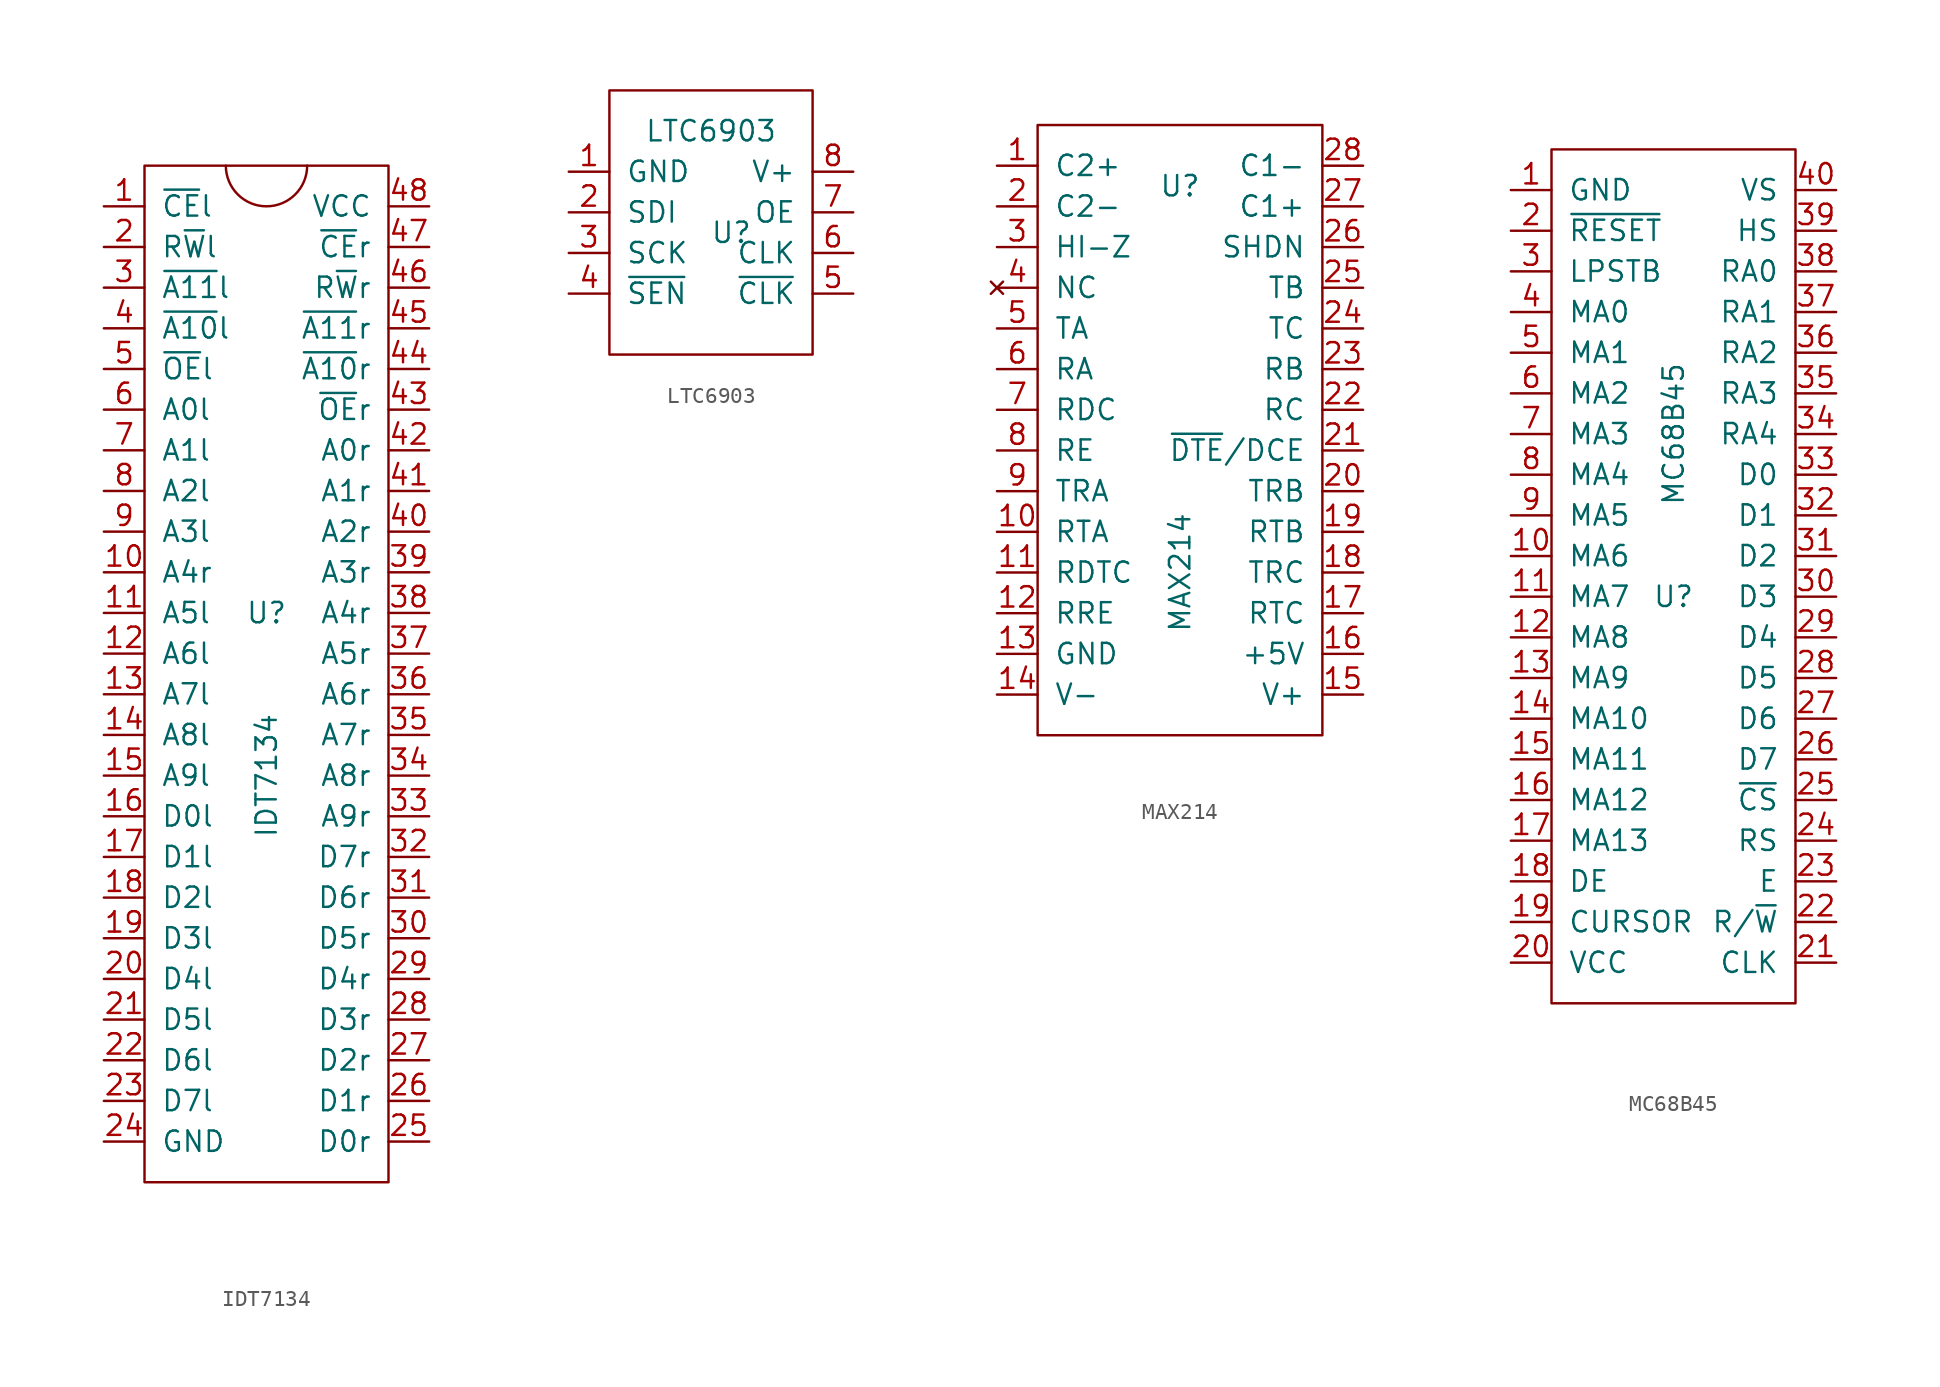
<source format=kicad_sym>
(kicad_symbol_lib
  (version 20211014)
  (generator kicad_symbol_editor)
  (symbol "IDT7134"
    (pin_names
      (offset 1.016))
    (property "Reference" "U"
      (at 0 2.54 0)
      (effects (font (size 1.27 1.27))))
    (property "Value" "IDT7134"
      (at 0 -7.62 90)
      (effects (font (size 1.27 1.27))))
    (symbol "IDT7134_0_1"
      (rectangle (start -7.62 30.48) (end 7.62 -33.02) (stroke (width 0) (type default) (color 0 0 0 0)) (fill (type none)))
      (arc (start -2.54 30.48) (mid 0 27.94) (end 2.54 30.48) (stroke (width 0) (type default) (color 0 0 0 0)) (fill (type none))))
    (symbol "IDT7134_1_1"
      (pin input line (at -10.16 27.94 0) (length 2.54) (name "~{CE}l" (effects (font (size 1.27 1.27)))) (number "1" (effects (font (size 1.27 1.27)))))
      (pin input line (at -10.16 5.08 0) (length 2.54) (name "A4r" (effects (font (size 1.27 1.27)))) (number "10" (effects (font (size 1.27 1.27)))))
      (pin input line (at -10.16 2.54 0) (length 2.54) (name "A5l" (effects (font (size 1.27 1.27)))) (number "11" (effects (font (size 1.27 1.27)))))
      (pin input line (at -10.16 0 0) (length 2.54) (name "A6l" (effects (font (size 1.27 1.27)))) (number "12" (effects (font (size 1.27 1.27)))))
      (pin input line (at -10.16 -2.54 0) (length 2.54) (name "A7l" (effects (font (size 1.27 1.27)))) (number "13" (effects (font (size 1.27 1.27)))))
      (pin input line (at -10.16 -5.08 0) (length 2.54) (name "A8l" (effects (font (size 1.27 1.27)))) (number "14" (effects (font (size 1.27 1.27)))))
      (pin input line (at -10.16 -7.62 0) (length 2.54) (name "A9l" (effects (font (size 1.27 1.27)))) (number "15" (effects (font (size 1.27 1.27)))))
      (pin bidirectional line (at -10.16 -10.16 0) (length 2.54) (name "D0l" (effects (font (size 1.27 1.27)))) (number "16" (effects (font (size 1.27 1.27)))))
      (pin bidirectional line (at -10.16 -12.7 0) (length 2.54) (name "D1l" (effects (font (size 1.27 1.27)))) (number "17" (effects (font (size 1.27 1.27)))))
      (pin bidirectional line (at -10.16 -15.24 0) (length 2.54) (name "D2l" (effects (font (size 1.27 1.27)))) (number "18" (effects (font (size 1.27 1.27)))))
      (pin bidirectional line (at -10.16 -17.78 0) (length 2.54) (name "D3l" (effects (font (size 1.27 1.27)))) (number "19" (effects (font (size 1.27 1.27)))))
      (pin input line (at -10.16 25.4 0) (length 2.54) (name "R~{W}l" (effects (font (size 1.27 1.27)))) (number "2" (effects (font (size 1.27 1.27)))))
      (pin bidirectional line (at -10.16 -20.32 0) (length 2.54) (name "D4l" (effects (font (size 1.27 1.27)))) (number "20" (effects (font (size 1.27 1.27)))))
      (pin bidirectional line (at -10.16 -22.86 0) (length 2.54) (name "D5l" (effects (font (size 1.27 1.27)))) (number "21" (effects (font (size 1.27 1.27)))))
      (pin bidirectional line (at -10.16 -25.4 0) (length 2.54) (name "D6l" (effects (font (size 1.27 1.27)))) (number "22" (effects (font (size 1.27 1.27)))))
      (pin bidirectional line (at -10.16 -27.94 0) (length 2.54) (name "D7l" (effects (font (size 1.27 1.27)))) (number "23" (effects (font (size 1.27 1.27)))))
      (pin power_in line (at -10.16 -30.48 0) (length 2.54) (name "GND" (effects (font (size 1.27 1.27)))) (number "24" (effects (font (size 1.27 1.27)))))
      (pin bidirectional line (at 10.16 -30.48 180) (length 2.54) (name "D0r" (effects (font (size 1.27 1.27)))) (number "25" (effects (font (size 1.27 1.27)))))
      (pin bidirectional line (at 10.16 -27.94 180) (length 2.54) (name "D1r" (effects (font (size 1.27 1.27)))) (number "26" (effects (font (size 1.27 1.27)))))
      (pin bidirectional line (at 10.16 -25.4 180) (length 2.54) (name "D2r" (effects (font (size 1.27 1.27)))) (number "27" (effects (font (size 1.27 1.27)))))
      (pin bidirectional line (at 10.16 -22.86 180) (length 2.54) (name "D3r" (effects (font (size 1.27 1.27)))) (number "28" (effects (font (size 1.27 1.27)))))
      (pin bidirectional line (at 10.16 -20.32 180) (length 2.54) (name "D4r" (effects (font (size 1.27 1.27)))) (number "29" (effects (font (size 1.27 1.27)))))
      (pin input line (at -10.16 22.86 0) (length 2.54) (name "~{A11}l" (effects (font (size 1.27 1.27)))) (number "3" (effects (font (size 1.27 1.27)))))
      (pin bidirectional line (at 10.16 -17.78 180) (length 2.54) (name "D5r" (effects (font (size 1.27 1.27)))) (number "30" (effects (font (size 1.27 1.27)))))
      (pin bidirectional line (at 10.16 -15.24 180) (length 2.54) (name "D6r" (effects (font (size 1.27 1.27)))) (number "31" (effects (font (size 1.27 1.27)))))
      (pin bidirectional line (at 10.16 -12.7 180) (length 2.54) (name "D7r" (effects (font (size 1.27 1.27)))) (number "32" (effects (font (size 1.27 1.27)))))
      (pin input line (at 10.16 -10.16 180) (length 2.54) (name "A9r" (effects (font (size 1.27 1.27)))) (number "33" (effects (font (size 1.27 1.27)))))
      (pin input line (at 10.16 -7.62 180) (length 2.54) (name "A8r" (effects (font (size 1.27 1.27)))) (number "34" (effects (font (size 1.27 1.27)))))
      (pin input line (at 10.16 -5.08 180) (length 2.54) (name "A7r" (effects (font (size 1.27 1.27)))) (number "35" (effects (font (size 1.27 1.27)))))
      (pin input line (at 10.16 -2.54 180) (length 2.54) (name "A6r" (effects (font (size 1.27 1.27)))) (number "36" (effects (font (size 1.27 1.27)))))
      (pin input line (at 10.16 0 180) (length 2.54) (name "A5r" (effects (font (size 1.27 1.27)))) (number "37" (effects (font (size 1.27 1.27)))))
      (pin input line (at 10.16 2.54 180) (length 2.54) (name "A4r" (effects (font (size 1.27 1.27)))) (number "38" (effects (font (size 1.27 1.27)))))
      (pin input line (at 10.16 5.08 180) (length 2.54) (name "A3r" (effects (font (size 1.27 1.27)))) (number "39" (effects (font (size 1.27 1.27)))))
      (pin input line (at -10.16 20.32 0) (length 2.54) (name "~{A10}l" (effects (font (size 1.27 1.27)))) (number "4" (effects (font (size 1.27 1.27)))))
      (pin input line (at 10.16 7.62 180) (length 2.54) (name "A2r" (effects (font (size 1.27 1.27)))) (number "40" (effects (font (size 1.27 1.27)))))
      (pin input line (at 10.16 10.16 180) (length 2.54) (name "A1r" (effects (font (size 1.27 1.27)))) (number "41" (effects (font (size 1.27 1.27)))))
      (pin input line (at 10.16 12.7 180) (length 2.54) (name "A0r" (effects (font (size 1.27 1.27)))) (number "42" (effects (font (size 1.27 1.27)))))
      (pin input line (at 10.16 15.24 180) (length 2.54) (name "~{OE}r" (effects (font (size 1.27 1.27)))) (number "43" (effects (font (size 1.27 1.27)))))
      (pin input line (at 10.16 17.78 180) (length 2.54) (name "~{A10}r" (effects (font (size 1.27 1.27)))) (number "44" (effects (font (size 1.27 1.27)))))
      (pin input line (at 10.16 20.32 180) (length 2.54) (name "~{A11}r" (effects (font (size 1.27 1.27)))) (number "45" (effects (font (size 1.27 1.27)))))
      (pin input line (at 10.16 22.86 180) (length 2.54) (name "R~{W}r" (effects (font (size 1.27 1.27)))) (number "46" (effects (font (size 1.27 1.27)))))
      (pin input line (at 10.16 25.4 180) (length 2.54) (name "~{CE}r" (effects (font (size 1.27 1.27)))) (number "47" (effects (font (size 1.27 1.27)))))
      (pin power_in line (at 10.16 27.94 180) (length 2.54) (name "VCC" (effects (font (size 1.27 1.27)))) (number "48" (effects (font (size 1.27 1.27)))))
      (pin input line (at -10.16 17.78 0) (length 2.54) (name "~{OE}l" (effects (font (size 1.27 1.27)))) (number "5" (effects (font (size 1.27 1.27)))))
      (pin input line (at -10.16 15.24 0) (length 2.54) (name "A0l" (effects (font (size 1.27 1.27)))) (number "6" (effects (font (size 1.27 1.27)))))
      (pin input line (at -10.16 12.7 0) (length 2.54) (name "A1l" (effects (font (size 1.27 1.27)))) (number "7" (effects (font (size 1.27 1.27)))))
      (pin input line (at -10.16 10.16 0) (length 2.54) (name "A2l" (effects (font (size 1.27 1.27)))) (number "8" (effects (font (size 1.27 1.27)))))
      (pin input line (at -10.16 7.62 0) (length 2.54) (name "A3l" (effects (font (size 1.27 1.27)))) (number "9" (effects (font (size 1.27 1.27)))))))
  (symbol "LTC6903"
    (pin_names
      (offset 1.016))
    (property "Reference" "U"
      (at 0 0 0)
      (effects (font (size 1.27 1.27))))
    (property "Value" "LTC6903"
      (at -1.27 6.35 0)
      (effects (font (size 1.27 1.27))))
    (symbol "LTC6903_0_1"
      (rectangle (start -7.62 8.89) (end 5.08 -7.62) (stroke (width 0) (type default) (color 0 0 0 0)) (fill (type none))))
    (symbol "LTC6903_1_1"
      (pin power_in line (at -10.16 3.81 0) (length 2.54) (name "GND" (effects (font (size 1.27 1.27)))) (number "1" (effects (font (size 1.27 1.27)))))
      (pin input line (at -10.16 1.27 0) (length 2.54) (name "SDI" (effects (font (size 1.27 1.27)))) (number "2" (effects (font (size 1.27 1.27)))))
      (pin input line (at -10.16 -1.27 0) (length 2.54) (name "SCK" (effects (font (size 1.27 1.27)))) (number "3" (effects (font (size 1.27 1.27)))))
      (pin input line (at -10.16 -3.81 0) (length 2.54) (name "~{SEN}" (effects (font (size 1.27 1.27)))) (number "4" (effects (font (size 1.27 1.27)))))
      (pin output line (at 7.62 -3.81 180) (length 2.54) (name "~{CLK}" (effects (font (size 1.27 1.27)))) (number "5" (effects (font (size 1.27 1.27)))))
      (pin output line (at 7.62 -1.27 180) (length 2.54) (name "CLK" (effects (font (size 1.27 1.27)))) (number "6" (effects (font (size 1.27 1.27)))))
      (pin input line (at 7.62 1.27 180) (length 2.54) (name "OE" (effects (font (size 1.27 1.27)))) (number "7" (effects (font (size 1.27 1.27)))))
      (pin power_in line (at 7.62 3.81 180) (length 2.54) (name "V+" (effects (font (size 1.27 1.27)))) (number "8" (effects (font (size 1.27 1.27)))))))
  (symbol "MAX214"
    (pin_names
      (offset 1.016))
    (property "Reference" "U"
      (at 0 15.24 0)
      (effects (font (size 1.27 1.27))))
    (property "Value" "MAX214"
      (at 0 -8.89 90)
      (effects (font (size 1.27 1.27))))
    (symbol "MAX214_0_1"
      (rectangle (start -8.89 19.05) (end 8.89 -19.05) (stroke (width 0) (type default) (color 0 0 0 0)) (fill (type none))))
    (symbol "MAX214_1_1"
      (pin passive line (at -11.43 16.51 0) (length 2.54) (name "C2+" (effects (font (size 1.27 1.27)))) (number "1" (effects (font (size 1.27 1.27)))))
      (pin input line (at -11.43 -6.35 0) (length 2.54) (name "RTA" (effects (font (size 1.27 1.27)))) (number "10" (effects (font (size 1.27 1.27)))))
      (pin input line (at -11.43 -8.89 0) (length 2.54) (name "RDTC" (effects (font (size 1.27 1.27)))) (number "11" (effects (font (size 1.27 1.27)))))
      (pin input line (at -11.43 -11.43 0) (length 2.54) (name "RRE" (effects (font (size 1.27 1.27)))) (number "12" (effects (font (size 1.27 1.27)))))
      (pin power_in line (at -11.43 -13.97 0) (length 2.54) (name "GND" (effects (font (size 1.27 1.27)))) (number "13" (effects (font (size 1.27 1.27)))))
      (pin passive line (at -11.43 -16.51 0) (length 2.54) (name "V-" (effects (font (size 1.27 1.27)))) (number "14" (effects (font (size 1.27 1.27)))))
      (pin passive line (at 11.43 -16.51 180) (length 2.54) (name "V+" (effects (font (size 1.27 1.27)))) (number "15" (effects (font (size 1.27 1.27)))))
      (pin passive line (at 11.43 -13.97 180) (length 2.54) (name "+5V" (effects (font (size 1.27 1.27)))) (number "16" (effects (font (size 1.27 1.27)))))
      (pin input line (at 11.43 -11.43 180) (length 2.54) (name "RTC" (effects (font (size 1.27 1.27)))) (number "17" (effects (font (size 1.27 1.27)))))
      (pin output line (at 11.43 -8.89 180) (length 2.54) (name "TRC" (effects (font (size 1.27 1.27)))) (number "18" (effects (font (size 1.27 1.27)))))
      (pin input line (at 11.43 -6.35 180) (length 2.54) (name "RTB" (effects (font (size 1.27 1.27)))) (number "19" (effects (font (size 1.27 1.27)))))
      (pin passive line (at -11.43 13.97 0) (length 2.54) (name "C2-" (effects (font (size 1.27 1.27)))) (number "2" (effects (font (size 1.27 1.27)))))
      (pin output line (at 11.43 -3.81 180) (length 2.54) (name "TRB" (effects (font (size 1.27 1.27)))) (number "20" (effects (font (size 1.27 1.27)))))
      (pin input line (at 11.43 -1.27 180) (length 2.54) (name "~{DTE}/DCE" (effects (font (size 1.27 1.27)))) (number "21" (effects (font (size 1.27 1.27)))))
      (pin output line (at 11.43 1.27 180) (length 2.54) (name "RC" (effects (font (size 1.27 1.27)))) (number "22" (effects (font (size 1.27 1.27)))))
      (pin output line (at 11.43 3.81 180) (length 2.54) (name "RB" (effects (font (size 1.27 1.27)))) (number "23" (effects (font (size 1.27 1.27)))))
      (pin input line (at 11.43 6.35 180) (length 2.54) (name "TC" (effects (font (size 1.27 1.27)))) (number "24" (effects (font (size 1.27 1.27)))))
      (pin input line (at 11.43 8.89 180) (length 2.54) (name "TB" (effects (font (size 1.27 1.27)))) (number "25" (effects (font (size 1.27 1.27)))))
      (pin input line (at 11.43 11.43 180) (length 2.54) (name "SHDN" (effects (font (size 1.27 1.27)))) (number "26" (effects (font (size 1.27 1.27)))))
      (pin passive line (at 11.43 13.97 180) (length 2.54) (name "C1+" (effects (font (size 1.27 1.27)))) (number "27" (effects (font (size 1.27 1.27)))))
      (pin passive line (at 11.43 16.51 180) (length 2.54) (name "C1-" (effects (font (size 1.27 1.27)))) (number "28" (effects (font (size 1.27 1.27)))))
      (pin input line (at -11.43 11.43 0) (length 2.54) (name "HI-Z" (effects (font (size 1.27 1.27)))) (number "3" (effects (font (size 1.27 1.27)))))
      (pin no_connect line (at -11.43 8.89 0) (length 2.54) (name "NC" (effects (font (size 1.27 1.27)))) (number "4" (effects (font (size 1.27 1.27)))))
      (pin input line (at -11.43 6.35 0) (length 2.54) (name "TA" (effects (font (size 1.27 1.27)))) (number "5" (effects (font (size 1.27 1.27)))))
      (pin output line (at -11.43 3.81 0) (length 2.54) (name "RA" (effects (font (size 1.27 1.27)))) (number "6" (effects (font (size 1.27 1.27)))))
      (pin output line (at -11.43 1.27 0) (length 2.54) (name "RDC" (effects (font (size 1.27 1.27)))) (number "7" (effects (font (size 1.27 1.27)))))
      (pin output line (at -11.43 -1.27 0) (length 2.54) (name "RE" (effects (font (size 1.27 1.27)))) (number "8" (effects (font (size 1.27 1.27)))))
      (pin output line (at -11.43 -3.81 0) (length 2.54) (name "TRA" (effects (font (size 1.27 1.27)))) (number "9" (effects (font (size 1.27 1.27)))))))
  (symbol "MC68B45"
    (pin_names
      (offset 1.016))
    (property "Reference" "U"
      (at 0 0 0)
      (effects (font (size 1.27 1.27))))
    (property "Value" "MC68B45"
      (at 0 10.16 90)
      (effects (font (size 1.27 1.27))))
    (symbol "MC68B45_0_1"
      (rectangle (start -7.62 27.94) (end 7.62 -25.4) (stroke (width 0) (type default) (color 0 0 0 0)) (fill (type none))))
    (symbol "MC68B45_1_1"
      (pin power_in line (at -10.16 25.4 0) (length 2.54) (name "GND" (effects (font (size 1.27 1.27)))) (number "1" (effects (font (size 1.27 1.27)))))
      (pin output line (at -10.16 2.54 0) (length 2.54) (name "MA6" (effects (font (size 1.27 1.27)))) (number "10" (effects (font (size 1.27 1.27)))))
      (pin output line (at -10.16 0 0) (length 2.54) (name "MA7" (effects (font (size 1.27 1.27)))) (number "11" (effects (font (size 1.27 1.27)))))
      (pin output line (at -10.16 -2.54 0) (length 2.54) (name "MA8" (effects (font (size 1.27 1.27)))) (number "12" (effects (font (size 1.27 1.27)))))
      (pin output line (at -10.16 -5.08 0) (length 2.54) (name "MA9" (effects (font (size 1.27 1.27)))) (number "13" (effects (font (size 1.27 1.27)))))
      (pin output line (at -10.16 -7.62 0) (length 2.54) (name "MA10" (effects (font (size 1.27 1.27)))) (number "14" (effects (font (size 1.27 1.27)))))
      (pin output line (at -10.16 -10.16 0) (length 2.54) (name "MA11" (effects (font (size 1.27 1.27)))) (number "15" (effects (font (size 1.27 1.27)))))
      (pin output line (at -10.16 -12.7 0) (length 2.54) (name "MA12" (effects (font (size 1.27 1.27)))) (number "16" (effects (font (size 1.27 1.27)))))
      (pin output line (at -10.16 -15.24 0) (length 2.54) (name "MA13" (effects (font (size 1.27 1.27)))) (number "17" (effects (font (size 1.27 1.27)))))
      (pin output line (at -10.16 -17.78 0) (length 2.54) (name "DE" (effects (font (size 1.27 1.27)))) (number "18" (effects (font (size 1.27 1.27)))))
      (pin output line (at -10.16 -20.32 0) (length 2.54) (name "CURSOR" (effects (font (size 1.27 1.27)))) (number "19" (effects (font (size 1.27 1.27)))))
      (pin input line (at -10.16 22.86 0) (length 2.54) (name "~{RESET}" (effects (font (size 1.27 1.27)))) (number "2" (effects (font (size 1.27 1.27)))))
      (pin power_in line (at -10.16 -22.86 0) (length 2.54) (name "VCC" (effects (font (size 1.27 1.27)))) (number "20" (effects (font (size 1.27 1.27)))))
      (pin input line (at 10.16 -22.86 180) (length 2.54) (name "CLK" (effects (font (size 1.27 1.27)))) (number "21" (effects (font (size 1.27 1.27)))))
      (pin input line (at 10.16 -20.32 180) (length 2.54) (name "R/~{W}" (effects (font (size 1.27 1.27)))) (number "22" (effects (font (size 1.27 1.27)))))
      (pin input line (at 10.16 -17.78 180) (length 2.54) (name "E" (effects (font (size 1.27 1.27)))) (number "23" (effects (font (size 1.27 1.27)))))
      (pin input line (at 10.16 -15.24 180) (length 2.54) (name "RS" (effects (font (size 1.27 1.27)))) (number "24" (effects (font (size 1.27 1.27)))))
      (pin input line (at 10.16 -12.7 180) (length 2.54) (name "~{CS}" (effects (font (size 1.27 1.27)))) (number "25" (effects (font (size 1.27 1.27)))))
      (pin bidirectional line (at 10.16 -10.16 180) (length 2.54) (name "D7" (effects (font (size 1.27 1.27)))) (number "26" (effects (font (size 1.27 1.27)))))
      (pin bidirectional line (at 10.16 -7.62 180) (length 2.54) (name "D6" (effects (font (size 1.27 1.27)))) (number "27" (effects (font (size 1.27 1.27)))))
      (pin bidirectional line (at 10.16 -5.08 180) (length 2.54) (name "D5" (effects (font (size 1.27 1.27)))) (number "28" (effects (font (size 1.27 1.27)))))
      (pin bidirectional line (at 10.16 -2.54 180) (length 2.54) (name "D4" (effects (font (size 1.27 1.27)))) (number "29" (effects (font (size 1.27 1.27)))))
      (pin input line (at -10.16 20.32 0) (length 2.54) (name "LPSTB" (effects (font (size 1.27 1.27)))) (number "3" (effects (font (size 1.27 1.27)))))
      (pin bidirectional line (at 10.16 0 180) (length 2.54) (name "D3" (effects (font (size 1.27 1.27)))) (number "30" (effects (font (size 1.27 1.27)))))
      (pin bidirectional line (at 10.16 2.54 180) (length 2.54) (name "D2" (effects (font (size 1.27 1.27)))) (number "31" (effects (font (size 1.27 1.27)))))
      (pin bidirectional line (at 10.16 5.08 180) (length 2.54) (name "D1" (effects (font (size 1.27 1.27)))) (number "32" (effects (font (size 1.27 1.27)))))
      (pin bidirectional line (at 10.16 7.62 180) (length 2.54) (name "D0" (effects (font (size 1.27 1.27)))) (number "33" (effects (font (size 1.27 1.27)))))
      (pin output line (at 10.16 10.16 180) (length 2.54) (name "RA4" (effects (font (size 1.27 1.27)))) (number "34" (effects (font (size 1.27 1.27)))))
      (pin output line (at 10.16 12.7 180) (length 2.54) (name "RA3" (effects (font (size 1.27 1.27)))) (number "35" (effects (font (size 1.27 1.27)))))
      (pin output line (at 10.16 15.24 180) (length 2.54) (name "RA2" (effects (font (size 1.27 1.27)))) (number "36" (effects (font (size 1.27 1.27)))))
      (pin output line (at 10.16 17.78 180) (length 2.54) (name "RA1" (effects (font (size 1.27 1.27)))) (number "37" (effects (font (size 1.27 1.27)))))
      (pin output line (at 10.16 20.32 180) (length 2.54) (name "RA0" (effects (font (size 1.27 1.27)))) (number "38" (effects (font (size 1.27 1.27)))))
      (pin output line (at 10.16 22.86 180) (length 2.54) (name "HS" (effects (font (size 1.27 1.27)))) (number "39" (effects (font (size 1.27 1.27)))))
      (pin output line (at -10.16 17.78 0) (length 2.54) (name "MA0" (effects (font (size 1.27 1.27)))) (number "4" (effects (font (size 1.27 1.27)))))
      (pin output line (at 10.16 25.4 180) (length 2.54) (name "VS" (effects (font (size 1.27 1.27)))) (number "40" (effects (font (size 1.27 1.27)))))
      (pin output line (at -10.16 15.24 0) (length 2.54) (name "MA1" (effects (font (size 1.27 1.27)))) (number "5" (effects (font (size 1.27 1.27)))))
      (pin output line (at -10.16 12.7 0) (length 2.54) (name "MA2" (effects (font (size 1.27 1.27)))) (number "6" (effects (font (size 1.27 1.27)))))
      (pin output line (at -10.16 10.16 0) (length 2.54) (name "MA3" (effects (font (size 1.27 1.27)))) (number "7" (effects (font (size 1.27 1.27)))))
      (pin output line (at -10.16 7.62 0) (length 2.54) (name "MA4" (effects (font (size 1.27 1.27)))) (number "8" (effects (font (size 1.27 1.27)))))
      (pin output line (at -10.16 5.08 0) (length 2.54) (name "MA5" (effects (font (size 1.27 1.27)))) (number "9" (effects (font (size 1.27 1.27))))))))
</source>
